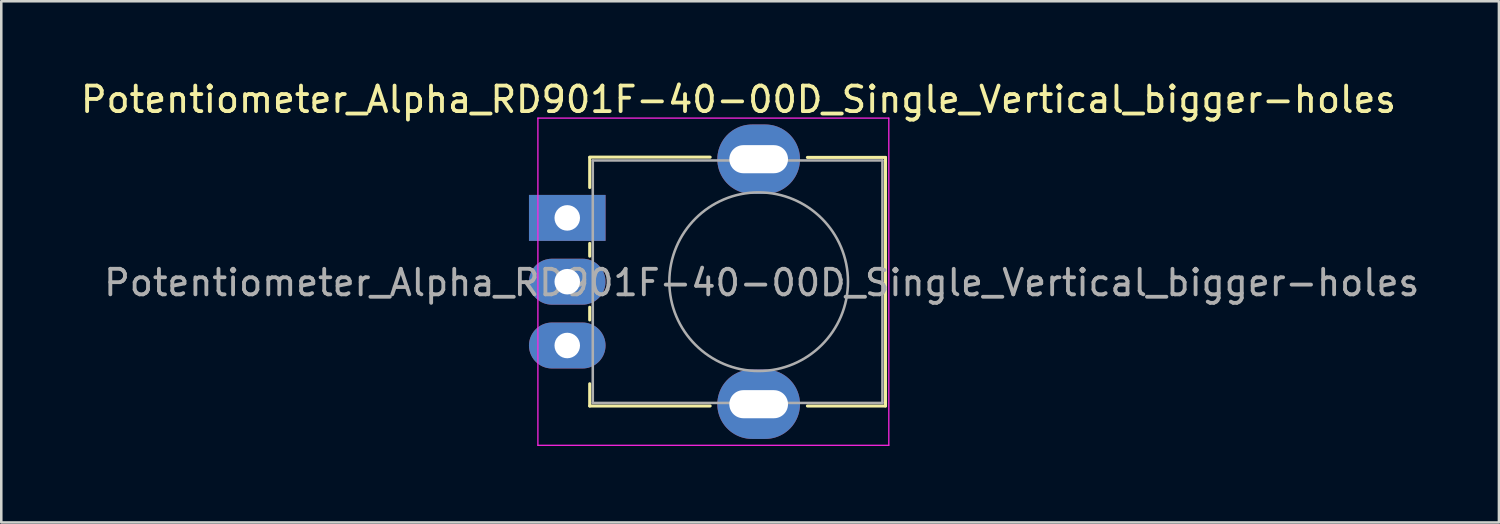
<source format=kicad_pcb>
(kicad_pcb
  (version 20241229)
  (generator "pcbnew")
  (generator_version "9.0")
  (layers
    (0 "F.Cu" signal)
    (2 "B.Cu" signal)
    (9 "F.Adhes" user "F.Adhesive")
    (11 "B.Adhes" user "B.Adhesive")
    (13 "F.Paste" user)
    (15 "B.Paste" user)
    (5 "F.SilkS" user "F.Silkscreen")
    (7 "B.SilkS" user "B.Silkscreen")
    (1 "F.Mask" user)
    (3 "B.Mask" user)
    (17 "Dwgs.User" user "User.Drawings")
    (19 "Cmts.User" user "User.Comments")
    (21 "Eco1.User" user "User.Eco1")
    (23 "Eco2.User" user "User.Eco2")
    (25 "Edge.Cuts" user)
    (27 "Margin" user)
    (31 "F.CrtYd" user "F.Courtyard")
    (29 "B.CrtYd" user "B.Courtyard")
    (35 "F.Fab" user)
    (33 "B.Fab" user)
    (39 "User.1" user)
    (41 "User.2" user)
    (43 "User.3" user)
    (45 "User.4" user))
  (footprint "Potentiometer_Alpha_RD901F-40-00D_Single_Vertical_bigger-holes"
    (layer "F.Cu")
    (at 19.177 5.488)
    (property "Reference" "Potentiometer_Alpha_RD901F-40-00D_Single_Vertical_bigger-holes" (at 6.71 -4.64 180) (layer "F.SilkS") (effects (font (size 1 1) (thickness 0.15))))
    (attr through_hole)
    (fp_line (start 0.88 -2.38) (end 5.6 -2.38) (stroke (width 0.12) (type solid)) (layer "F.SilkS"))
    (fp_line (start 0.88 -1.19) (end 0.88 -2.37) (stroke (width 0.12) (type solid)) (layer "F.SilkS"))
    (fp_line (start 0.88 1.5) (end 0.88 1) (stroke (width 0.12) (type solid)) (layer "F.SilkS"))
    (fp_line (start 0.88 4) (end 0.88 3.5) (stroke (width 0.12) (type solid)) (layer "F.SilkS"))
    (fp_line (start 0.88 7.37) (end 0.88 6.5) (stroke (width 0.12) (type solid)) (layer "F.SilkS"))
    (fp_line (start 0.88 7.37) (end 5.6 7.37) (stroke (width 0.12) (type solid)) (layer "F.SilkS"))
    (fp_line (start 9.41 -2.37) (end 12.47 -2.37) (stroke (width 0.12) (type solid)) (layer "F.SilkS"))
    (fp_line (start 9.41 7.37) (end 12.47 7.37) (stroke (width 0.12) (type solid)) (layer "F.SilkS"))
    (fp_line (start 12.47 7.37) (end 12.47 -2.37) (stroke (width 0.12) (type solid)) (layer "F.SilkS"))
    (fp_line (start -1.15 -3.91) (end -1.15 8.91) (stroke (width 0.05) (type solid)) (layer "F.CrtYd"))
    (fp_line (start -1.15 8.91) (end 12.6 8.91) (stroke (width 0.05) (type solid)) (layer "F.CrtYd"))
    (fp_line (start 12.6 -3.91) (end -1.15 -3.91) (stroke (width 0.05) (type solid)) (layer "F.CrtYd"))
    (fp_line (start 12.6 8.91) (end 12.6 -3.91) (stroke (width 0.05) (type solid)) (layer "F.CrtYd"))
    (fp_line (start 1 -2.25) (end 12.35 -2.25) (stroke (width 0.1) (type solid)) (layer "F.Fab"))
    (fp_line (start 1 7.25) (end 1 -2.25) (stroke (width 0.1) (type solid)) (layer "F.Fab"))
    (fp_line (start 1 7.25) (end 12.35 7.25) (stroke (width 0.1) (type solid)) (layer "F.Fab"))
    (fp_line (start 12.35 7.25) (end 12.35 -2.25) (stroke (width 0.1) (type solid)) (layer "F.Fab"))
    (fp_circle (center 7.5 2.5) (end 7.5 -1) (stroke (width 0.1) (type solid)) (fill no) (layer "F.Fab"))
    (fp_text user "${REFERENCE}" (at 7.62 2.54 0) (layer "F.Fab") (effects (font (size 1 1) (thickness 0.15))))
    (pad "" thru_hole oval (at 7.5 -2.3 90) (size 2.72 3.24) (drill oval 1.1 2.3) (layers "*.Cu" "*.Mask"))
    (pad "" thru_hole oval (at 7.5 7.3 90) (size 2.72 3.24) (drill oval 1.1 2.3) (layers "*.Cu" "*.Mask"))
    (pad "1" thru_hole rect (at 0 0 90) (size 1.8 3) (drill 1) (layers "*.Cu" "*.Mask"))
    (pad "2" thru_hole oval (at 0 2.5 90) (size 1.8 3) (drill 1) (layers "*.Cu" "*.Mask"))
    (pad "3" thru_hole oval (at 0 5 90) (size 1.8 3) (drill 1) (layers "*.Cu" "*.Mask")))
  (gr_rect
    (start -3 -3)
    (end 55.684 17.423)
    (stroke (width 0.1) (type default))
    (fill no)
    (layer "Edge.Cuts")))
</source>
